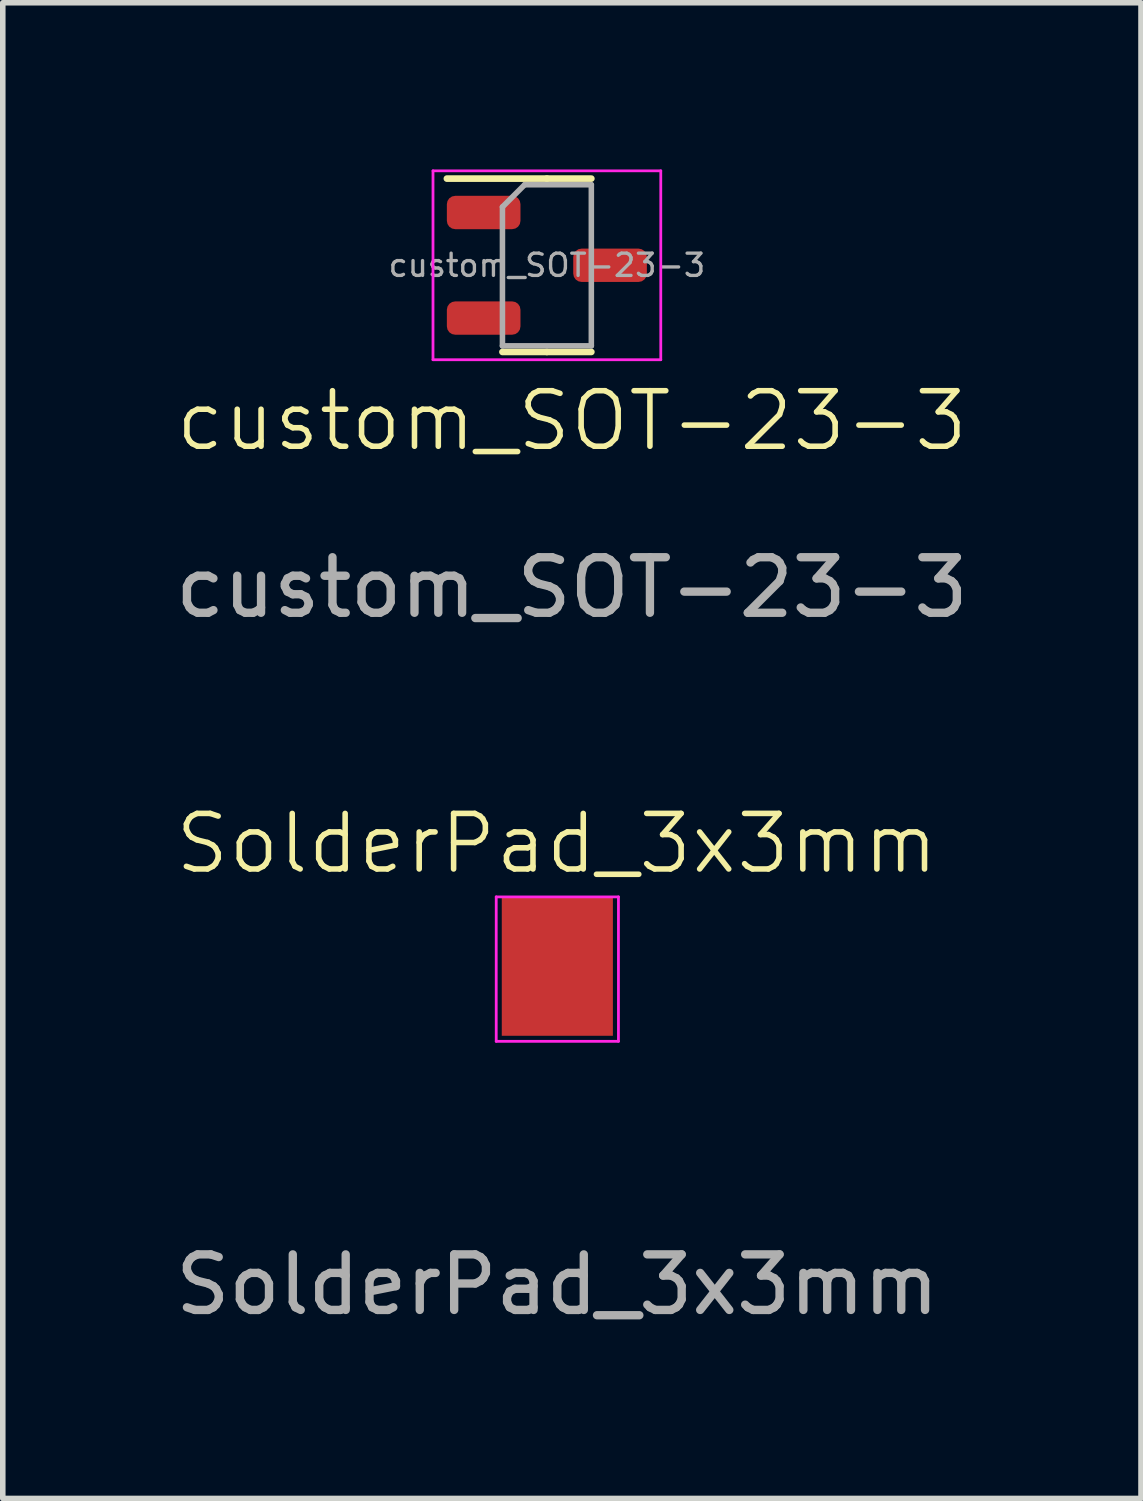
<source format=kicad_pcb>
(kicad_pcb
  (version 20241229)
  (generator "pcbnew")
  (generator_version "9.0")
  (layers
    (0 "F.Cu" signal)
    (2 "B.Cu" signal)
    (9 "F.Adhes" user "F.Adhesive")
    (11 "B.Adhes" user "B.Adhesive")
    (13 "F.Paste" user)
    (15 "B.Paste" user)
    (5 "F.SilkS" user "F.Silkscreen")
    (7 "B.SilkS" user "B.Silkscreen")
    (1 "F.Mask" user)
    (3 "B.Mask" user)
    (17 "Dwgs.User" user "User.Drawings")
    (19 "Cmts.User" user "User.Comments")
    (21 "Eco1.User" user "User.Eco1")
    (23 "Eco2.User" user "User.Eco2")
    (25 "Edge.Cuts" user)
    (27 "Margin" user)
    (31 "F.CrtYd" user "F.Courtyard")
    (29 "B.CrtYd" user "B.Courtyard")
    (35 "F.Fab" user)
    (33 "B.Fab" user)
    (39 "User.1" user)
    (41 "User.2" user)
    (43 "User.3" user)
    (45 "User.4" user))
  (footprint "SolderPad_3x3mm"
    (layer "F.Cu")
    (at 6.982 13.094)
    (property "Reference" "SolderPad_3x3mm" (at -0.01 -0.96 0) (unlocked yes) (layer "F.SilkS") (effects (font (size 1 1) (thickness 0.1))))
    (attr smd)
    (fp_line (start -1.1 0) (end 1.1 0) (stroke (width 0.05) (type default)) (layer "F.CrtYd"))
    (fp_line (start -1.1 2.6) (end -1.1 0) (stroke (width 0.05) (type default)) (layer "F.CrtYd"))
    (fp_line (start 1.1 0) (end 1.1 2.6) (stroke (width 0.05) (type default)) (layer "F.CrtYd"))
    (fp_line (start 1.1 2.6) (end -1.1 2.6) (stroke (width 0.05) (type default)) (layer "F.CrtYd"))
    (fp_text user "${REFERENCE}" (at 0 6.98 0) (unlocked yes) (layer "F.Fab") (effects (font (size 1 1) (thickness 0.15))))
    (pad "1" smd rect (at 0 1.25) (size 2 2.5) (layers "F.Cu" "F.Mask" "F.Paste")))
  (footprint "custom_SOT-23-3"
    (layer "F.Cu")
    (at 6.844 1.725)
    (property "Reference" "custom_SOT-23-3" (at 0.4 2.8 0) (unlocked yes) (layer "F.SilkS") (effects (font (size 1 1) (thickness 0.1))))
    (attr smd)
    (fp_line (start -0.05 -1.56) (end -1.85 -1.56) (stroke (width 0.12) (type solid)) (layer "F.SilkS"))
    (fp_line (start -0.05 -1.56) (end 0.75 -1.56) (stroke (width 0.12) (type solid)) (layer "F.SilkS"))
    (fp_line (start -0.05 1.56) (end -0.85 1.56) (stroke (width 0.12) (type solid)) (layer "F.SilkS"))
    (fp_line (start -0.05 1.56) (end 0.75 1.56) (stroke (width 0.12) (type solid)) (layer "F.SilkS"))
    (fp_line (start -2.1 -1.7) (end -2.1 1.7) (stroke (width 0.05) (type solid)) (layer "F.CrtYd"))
    (fp_line (start -2.1 1.7) (end 2 1.7) (stroke (width 0.05) (type solid)) (layer "F.CrtYd"))
    (fp_line (start 2 -1.7) (end -2.1 -1.7) (stroke (width 0.05) (type solid)) (layer "F.CrtYd"))
    (fp_line (start 2 1.7) (end 2 -1.7) (stroke (width 0.05) (type solid)) (layer "F.CrtYd"))
    (fp_line (start -0.85 -1.05) (end -0.45 -1.45) (stroke (width 0.1) (type solid)) (layer "F.Fab"))
    (fp_line (start -0.85 1.45) (end -0.85 -1.05) (stroke (width 0.1) (type solid)) (layer "F.Fab"))
    (fp_line (start -0.45 -1.45) (end 0.75 -1.45) (stroke (width 0.1) (type solid)) (layer "F.Fab"))
    (fp_line (start 0.75 -1.45) (end 0.75 1.45) (stroke (width 0.1) (type solid)) (layer "F.Fab"))
    (fp_line (start 0.75 1.45) (end -0.85 1.45) (stroke (width 0.1) (type solid)) (layer "F.Fab"))
    (fp_text user "${REFERENCE}" (at 0.4 5.8 0) (unlocked yes) (layer "F.Fab") (effects (font (size 1 1) (thickness 0.15))))
    (fp_text user "${REFERENCE}" (at -0.05 0 0) (layer "F.Fab") (effects (font (size 0.4 0.4) (thickness 0.06))))
    (pad "1" smd roundrect (at -1.188 -0.95) (size 1.325 0.6) (layers "F.Cu" "F.Mask" "F.Paste") (roundrect_rratio 0.25))
    (pad "2" smd roundrect (at -1.188 0.95) (size 1.325 0.6) (layers "F.Cu" "F.Mask" "F.Paste") (roundrect_rratio 0.25))
    (pad "3" smd roundrect (at 1.087 0) (size 1.325 0.6) (layers "F.Cu" "F.Mask" "F.Paste") (roundrect_rratio 0.25)))
  (gr_rect
    (start -3 -3)
    (end 17.488 23.922)
    (stroke (width 0.1) (type default))
    (fill no)
    (layer "Edge.Cuts")))
</source>
